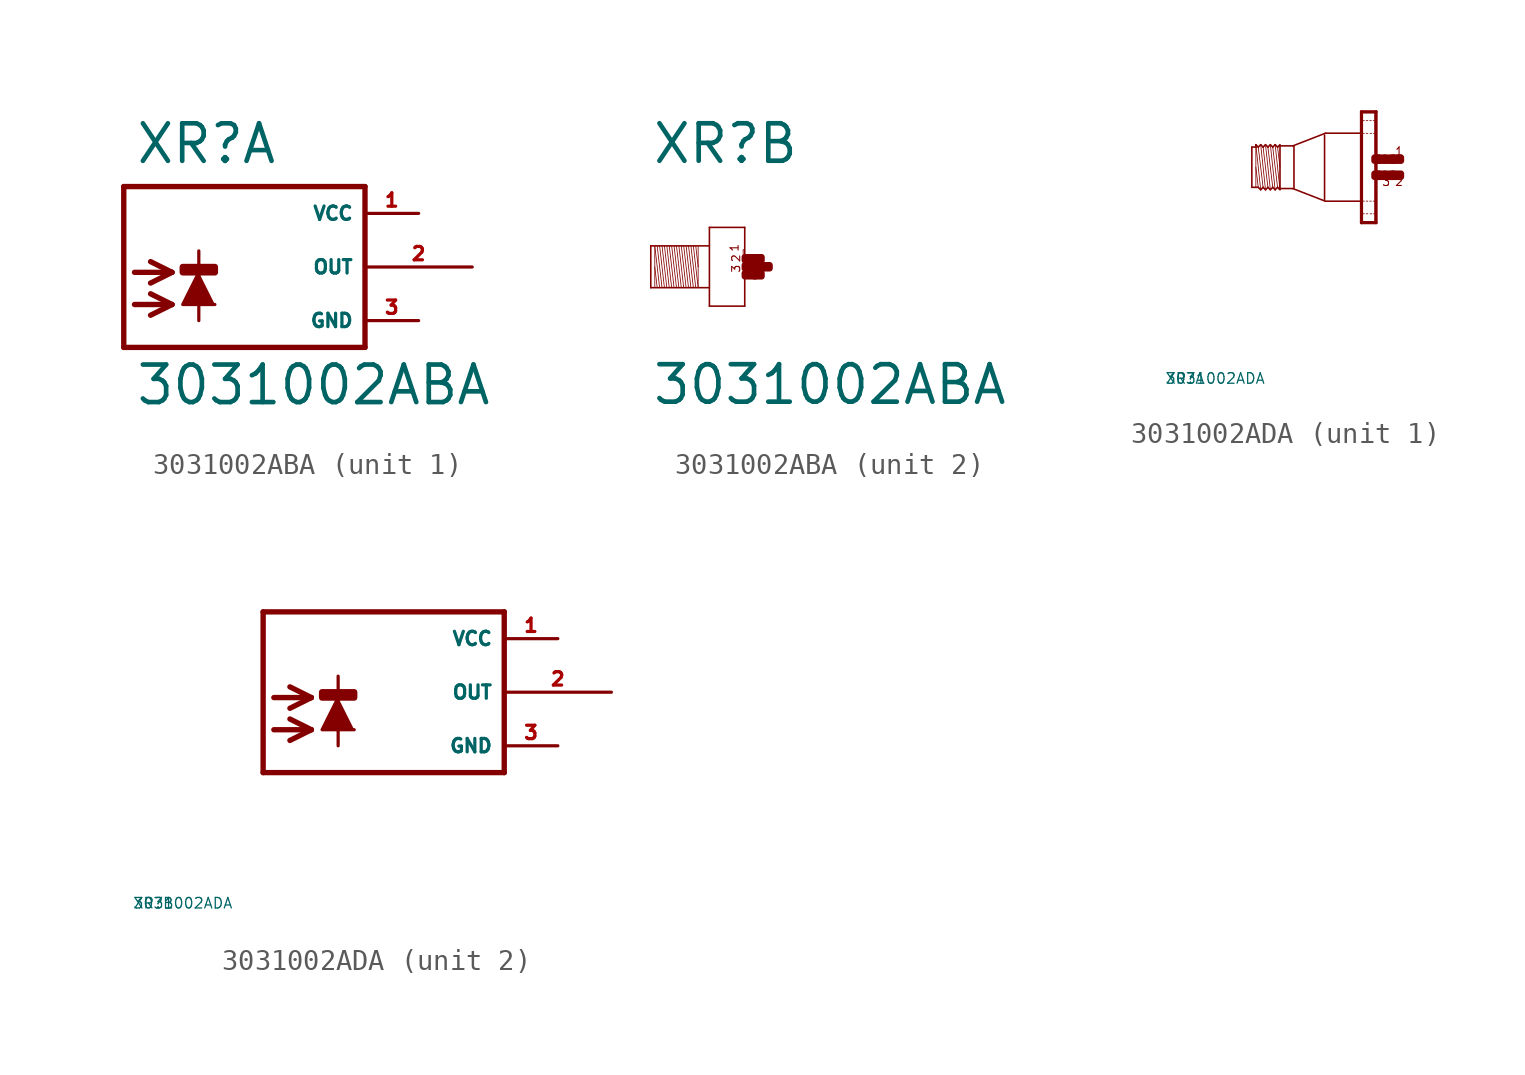
<source format=kicad_sym>
(kicad_symbol_lib
  (version 20220914)
  (generator Eagle2Kicad)
  (symbol "3031002ABA"
    (property "Reference" "XR"
      (at -3.302 4.801 0)
      (effects (font (size 1.778 1.778) (thickness 0.22)) (justify left bottom)))
    (property "Value" "3031002ABA"
      (at -3.302 -6.629 0)
      (effects (font (size 1.778 1.778) (thickness 0.22)) (justify left bottom)))
    (symbol "3031002ABA_1_0"
      (polyline (pts (xy -0.254 -0.254) (xy -1.016 -1.778) (xy 0.508 -1.778)) (stroke (width 0.152) (type default)) (fill (type outline)))
      (polyline (pts (xy -3.302 -0.254) (xy -1.524 -0.254)) (stroke (width 0.254) (type default)) (fill (type none)))
      (polyline (pts (xy -1.524 -0.254) (xy -2.54 -0.762)) (stroke (width 0.254) (type default)) (fill (type none)))
      (polyline (pts (xy -1.524 -0.254) (xy -2.54 0.254)) (stroke (width 0.254) (type default)) (fill (type none)))
      (polyline (pts (xy -3.302 -1.778) (xy -1.524 -1.778)) (stroke (width 0.254) (type default)) (fill (type none)))
      (polyline (pts (xy -1.524 -1.778) (xy -2.54 -2.286)) (stroke (width 0.254) (type default)) (fill (type none)))
      (polyline (pts (xy -1.524 -1.778) (xy -2.54 -1.27)) (stroke (width 0.254) (type default)) (fill (type none)))
      (polyline (pts (xy -0.254 0.762) (xy -0.254 -2.54)) (stroke (width 0.152) (type default)) (fill (type none)))
      (polyline (pts (xy 7.62 3.81) (xy -3.81 3.81)) (stroke (width 0.254) (type default)) (fill (type none)))
      (polyline (pts (xy -3.81 3.81) (xy -3.81 -3.81)) (stroke (width 0.254) (type default)) (fill (type none)))
      (polyline (pts (xy -3.81 -3.81) (xy 7.62 -3.81)) (stroke (width 0.254) (type default)) (fill (type none)))
      (polyline (pts (xy 7.62 -3.81) (xy 7.62 3.81)) (stroke (width 0.254) (type default)) (fill (type none)))
      (rectangle (start -1.016 -0.254) (end 0.508 0) (stroke (width 0.3) (type default)) (fill (type outline)))
      (pin unspecified line (at 10.16 2.54 180) (length 2.54) (name "VCC" (effects (font (size 0.635 0.635) (thickness 0.08)) (justify left bottom))) (number "1" (effects (font (size 0.635 0.635) (thickness 0.08)) (justify left bottom))))
      (pin unspecified line (at 10.16 -2.54 180) (length 2.54) (name "GND" (effects (font (size 0.635 0.635) (thickness 0.08)) (justify left bottom))) (number "3" (effects (font (size 0.635 0.635) (thickness 0.08)) (justify left bottom))))
      (pin output line (at 12.7 0 180) (length 5.08) (name "OUT" (effects (font (size 0.635 0.635) (thickness 0.08)) (justify left bottom))) (number "2" (effects (font (size 0.635 0.635) (thickness 0.08)) (justify left bottom)))))
    (symbol "3031002ABA_2_0"
      (polyline (pts (xy -1.067 0.953) (xy -1.067 0)) (stroke (width 0.038) (type default)) (fill (type none)))
      (polyline (pts (xy -1.067 0) (xy -1.067 -0.991)) (stroke (width 0.038) (type default)) (fill (type none)))
      (polyline (pts (xy -1.067 -0.991) (xy -1.295 0.991)) (stroke (width 0.038) (type default)) (fill (type none)))
      (polyline (pts (xy -1.181 0.991) (xy -1.067 0)) (stroke (width 0.038) (type default)) (fill (type none)))
      (polyline (pts (xy -1.181 -0.991) (xy -1.41 0.991)) (stroke (width 0.038) (type default)) (fill (type none)))
      (polyline (pts (xy -1.295 -0.991) (xy -1.524 0.991)) (stroke (width 0.038) (type default)) (fill (type none)))
      (polyline (pts (xy -1.41 -0.991) (xy -1.638 0.991)) (stroke (width 0.038) (type default)) (fill (type none)))
      (polyline (pts (xy -1.524 -0.991) (xy -1.753 0.991)) (stroke (width 0.038) (type default)) (fill (type none)))
      (polyline (pts (xy -1.638 -0.991) (xy -1.867 0.991)) (stroke (width 0.038) (type default)) (fill (type none)))
      (polyline (pts (xy -1.753 -0.991) (xy -1.981 0.991)) (stroke (width 0.038) (type default)) (fill (type none)))
      (polyline (pts (xy -1.867 -0.991) (xy -2.095 0.991)) (stroke (width 0.038) (type default)) (fill (type none)))
      (polyline (pts (xy -1.981 -0.991) (xy -2.21 0.991)) (stroke (width 0.038) (type default)) (fill (type none)))
      (polyline (pts (xy -2.095 -0.991) (xy -2.324 0.991)) (stroke (width 0.038) (type default)) (fill (type none)))
      (polyline (pts (xy -2.21 -0.991) (xy -2.438 0.991)) (stroke (width 0.038) (type default)) (fill (type none)))
      (polyline (pts (xy -2.324 -0.991) (xy -2.553 0.991)) (stroke (width 0.038) (type default)) (fill (type none)))
      (polyline (pts (xy -2.438 -0.991) (xy -2.667 0.991)) (stroke (width 0.038) (type default)) (fill (type none)))
      (polyline (pts (xy -2.553 -0.991) (xy -2.781 0.991)) (stroke (width 0.038) (type default)) (fill (type none)))
      (polyline (pts (xy -2.667 -0.991) (xy -2.896 0.991)) (stroke (width 0.038) (type default)) (fill (type none)))
      (polyline (pts (xy -2.781 -0.991) (xy -3.01 0.991)) (stroke (width 0.038) (type default)) (fill (type none)))
      (polyline (pts (xy -2.896 -0.991) (xy -3.124 0.991)) (stroke (width 0.038) (type default)) (fill (type none)))
      (polyline (pts (xy -3.124 0) (xy -3.01 -0.991)) (stroke (width 0.038) (type default)) (fill (type none)))
      (polyline (pts (xy -3.124 0.953) (xy -3.124 -0.953)) (stroke (width 0.038) (type default)) (fill (type none)))
      (polyline (pts (xy -3.315 -0.991) (xy -3.315 0.991)) (stroke (width 0.076) (type default)) (fill (type none)))
      (polyline (pts (xy -3.315 0.991) (xy -0.533 0.991)) (stroke (width 0.076) (type default)) (fill (type none)))
      (polyline (pts (xy -0.533 -0.991) (xy -3.315 -0.991)) (stroke (width 0.076) (type default)) (fill (type none)))
      (polyline (pts (xy -0.533 1.867) (xy -0.533 -1.867)) (stroke (width 0.076) (type default)) (fill (type none)))
      (polyline (pts (xy -0.533 -1.867) (xy 1.143 -1.867)) (stroke (width 0.076) (type default)) (fill (type none)))
      (polyline (pts (xy 1.143 -1.867) (xy 1.143 1.867)) (stroke (width 0.076) (type default)) (fill (type none)))
      (polyline (pts (xy 1.143 1.867) (xy -0.533 1.867)) (stroke (width 0.076) (type default)) (fill (type none)))
      (polyline (pts (xy 1.067 0.8) (xy 1.105 0.8)) (stroke (width 0.038) (type default)) (fill (type none)))
      (polyline (pts (xy 1.105 0.495) (xy 1.067 0.495)) (stroke (width 0.038) (type default)) (fill (type none)))
      (polyline (pts (xy 1.067 0.495) (xy 1.067 0.8)) (stroke (width 0.038) (type default)) (fill (type none)))
      (text "1" (at 0.876 0.686 1800) (effects (font (size 0.381 0.381) (thickness 0.05)) (justify left bottom)))
      (text "2" (at 0.953 0.191 1800) (effects (font (size 0.381 0.381) (thickness 0.05)) (justify left bottom)))
      (text "3" (at 0.953 -0.305 1800) (effects (font (size 0.381 0.381) (thickness 0.05)) (justify left bottom)))
      (rectangle (start 1.143 -0.457) (end 1.638 -0.305) (stroke (width 0.3) (type default)) (fill (type outline)))
      (rectangle (start 1.143 -0.076) (end 2.019 0.076) (stroke (width 0.3) (type default)) (fill (type outline)))
      (rectangle (start 1.6 -0.457) (end 1.943 -0.305) (stroke (width 0.3) (type default)) (fill (type outline)))
      (rectangle (start 1.981 -0.076) (end 2.324 0.076) (stroke (width 0.3) (type default)) (fill (type outline)))
      (rectangle (start 1.6 0.305) (end 1.943 0.457) (stroke (width 0.3) (type default)) (fill (type outline)))
      (rectangle (start 1.143 0.305) (end 1.638 0.457) (stroke (width 0.3) (type default)) (fill (type outline)))))
  (symbol "3031002ADA"
    (property "Reference" "XR"
      (at -10 -10 0)
      (effects (font (size 0.5 0.5) (thickness 0.06)) (justify left)))
    (property "Value" "3031002ADA"
      (at -10 -10 0)
      (effects (font (size 0.5 0.5) (thickness 0.06)) (justify left)))
    (symbol "3031002ADA_1_0"
      (polyline (pts (xy -4.548 -1.067) (xy -4.777 1.067)) (stroke (width 0.038) (type default)) (fill (type none)))
      (polyline (pts (xy -4.662 0.953) (xy -4.548 0)) (stroke (width 0.038) (type default)) (fill (type none)))
      (polyline (pts (xy -4.662 -0.953) (xy -4.891 0.953)) (stroke (width 0.038) (type default)) (fill (type none)))
      (polyline (pts (xy -4.777 -1.067) (xy -5.005 1.067)) (stroke (width 0.038) (type default)) (fill (type none)))
      (polyline (pts (xy -4.891 -0.953) (xy -5.12 0.953)) (stroke (width 0.038) (type default)) (fill (type none)))
      (polyline (pts (xy -5.005 -1.067) (xy -5.234 1.067)) (stroke (width 0.038) (type default)) (fill (type none)))
      (polyline (pts (xy -5.12 -0.953) (xy -5.348 0.953)) (stroke (width 0.038) (type default)) (fill (type none)))
      (polyline (pts (xy -5.234 -1.067) (xy -5.462 1.067)) (stroke (width 0.038) (type default)) (fill (type none)))
      (polyline (pts (xy -5.348 -0.953) (xy -5.577 0.953)) (stroke (width 0.038) (type default)) (fill (type none)))
      (polyline (pts (xy -5.462 -1.067) (xy -5.691 1.067)) (stroke (width 0.038) (type default)) (fill (type none)))
      (polyline (pts (xy -5.691 0) (xy -5.577 -0.953)) (stroke (width 0.038) (type default)) (fill (type none)))
      (polyline (pts (xy -5.691 1.029) (xy -5.691 0.953)) (stroke (width 0.038) (type default)) (fill (type none)))
      (polyline (pts (xy -5.691 0.953) (xy -5.691 -0.953)) (stroke (width 0.038) (type default)) (fill (type none)))
      (polyline (pts (xy -5.881 -0.953) (xy -5.881 0.953)) (stroke (width 0.076) (type default)) (fill (type none)))
      (polyline (pts (xy -5.881 0.953) (xy -5.691 0.953)) (stroke (width 0.076) (type default)) (fill (type none)))
      (polyline (pts (xy -5.691 0.953) (xy -5.691 1.067)) (stroke (width 0.076) (type default)) (fill (type none)))
      (polyline (pts (xy -5.691 1.067) (xy -5.577 0.953)) (stroke (width 0.076) (type default)) (fill (type none)))
      (polyline (pts (xy -5.577 0.953) (xy -5.462 1.067)) (stroke (width 0.076) (type default)) (fill (type none)))
      (polyline (pts (xy -5.462 1.067) (xy -5.348 0.953)) (stroke (width 0.076) (type default)) (fill (type none)))
      (polyline (pts (xy -5.348 0.953) (xy -5.234 1.067)) (stroke (width 0.076) (type default)) (fill (type none)))
      (polyline (pts (xy -5.234 1.067) (xy -5.12 0.953)) (stroke (width 0.076) (type default)) (fill (type none)))
      (polyline (pts (xy -5.12 0.953) (xy -5.005 1.067)) (stroke (width 0.076) (type default)) (fill (type none)))
      (polyline (pts (xy -4.777 1.067) (xy -4.662 0.953)) (stroke (width 0.076) (type default)) (fill (type none)))
      (polyline (pts (xy -4.662 0.953) (xy -4.548 1.067)) (stroke (width 0.076) (type default)) (fill (type none)))
      (polyline (pts (xy -4.548 -1.067) (xy -4.662 -0.953)) (stroke (width 0.076) (type default)) (fill (type none)))
      (polyline (pts (xy -4.662 -0.953) (xy -4.777 -1.067)) (stroke (width 0.076) (type default)) (fill (type none)))
      (polyline (pts (xy -4.777 -1.067) (xy -4.891 -0.953)) (stroke (width 0.076) (type default)) (fill (type none)))
      (polyline (pts (xy -4.891 -0.953) (xy -5.005 -1.067)) (stroke (width 0.076) (type default)) (fill (type none)))
      (polyline (pts (xy -5.005 -1.067) (xy -5.12 -0.953)) (stroke (width 0.076) (type default)) (fill (type none)))
      (polyline (pts (xy -5.12 -0.953) (xy -5.234 -1.067)) (stroke (width 0.076) (type default)) (fill (type none)))
      (polyline (pts (xy -5.234 -1.067) (xy -5.348 -0.953)) (stroke (width 0.076) (type default)) (fill (type none)))
      (polyline (pts (xy -5.348 -0.953) (xy -5.462 -1.067)) (stroke (width 0.076) (type default)) (fill (type none)))
      (polyline (pts (xy -5.462 -1.067) (xy -5.577 -0.953)) (stroke (width 0.076) (type default)) (fill (type none)))
      (polyline (pts (xy -5.577 -0.953) (xy -5.691 -0.953)) (stroke (width 0.076) (type default)) (fill (type none)))
      (polyline (pts (xy -5.691 -0.953) (xy -5.881 -0.953)) (stroke (width 0.076) (type default)) (fill (type none)))
      (polyline (pts (xy -4.548 1.029) (xy -4.548 1.01)) (stroke (width 0.076) (type default)) (fill (type none)))
      (polyline (pts (xy -4.548 1.01) (xy -4.548 -1.01)) (stroke (width 0.076) (type default)) (fill (type none)))
      (polyline (pts (xy -4.548 -1.01) (xy -4.548 -1.029)) (stroke (width 0.076) (type default)) (fill (type none)))
      (polyline (pts (xy -0.038 2.594) (xy -0.038 -2.594)) (stroke (width 0.076) (type default)) (fill (type none)))
      (polyline (pts (xy -0.038 -2.594) (xy -0.655 -2.594)) (stroke (width 0.076) (type default)) (fill (type none)))
      (polyline (pts (xy -0.655 -2.594) (xy -0.655 2.594)) (stroke (width 0.076) (type default)) (fill (type none)))
      (polyline (pts (xy -0.655 2.594) (xy -0.038 2.594)) (stroke (width 0.076) (type default)) (fill (type none)))
      (polyline (pts (xy -0.699 1.61) (xy -2.4 1.61)) (stroke (width 0.076) (type default)) (fill (type none)))
      (polyline (pts (xy -2.4 1.61) (xy -3.938 1.012)) (stroke (width 0.076) (type default)) (fill (type none)))
      (polyline (pts (xy -0.669 -1.61) (xy -2.4 -1.61)) (stroke (width 0.076) (type default)) (fill (type none)))
      (polyline (pts (xy -2.4 -1.61) (xy -3.938 -1.012)) (stroke (width 0.076) (type default)) (fill (type none)))
      (polyline (pts (xy -3.938 -1.01) (xy -4.548 -1.01)) (stroke (width 0.076) (type default)) (fill (type none)))
      (polyline (pts (xy -4.548 1.01) (xy -3.938 1.01)) (stroke (width 0.076) (type default)) (fill (type none)))
      (polyline (pts (xy -4.777 1.067) (xy -4.891 0.953)) (stroke (width 0.076) (type default)) (fill (type none)))
      (polyline (pts (xy -4.891 0.953) (xy -5.005 1.067)) (stroke (width 0.076) (type default)) (fill (type none)))
      (polyline (pts (xy 0 -2.625) (xy -0.69 -2.625)) (stroke (width 0) (type default)) (fill (type none)))
      (polyline (pts (xy 0 -2.625) (xy 0 2.625)) (stroke (width 0) (type default)) (fill (type none)))
      (polyline (pts (xy 0 2.625) (xy -0.69 2.625)) (stroke (width 0) (type default)) (fill (type none)))
      (polyline (pts (xy -0.69 2.625) (xy -0.69 -2.625)) (stroke (width 0) (type default)) (fill (type none)))
      (polyline (pts (xy -0.039 -1.605) (xy -0.135 -1.605)) (stroke (width 0.038) (type default)) (fill (type none)))
      (polyline (pts (xy -0.225 -1.605) (xy -0.3 -1.605)) (stroke (width 0.038) (type default)) (fill (type none)))
      (polyline (pts (xy -0.39 -1.605) (xy -0.465 -1.605)) (stroke (width 0.038) (type default)) (fill (type none)))
      (polyline (pts (xy -0.555 -1.605) (xy -0.633 -1.605)) (stroke (width 0.038) (type default)) (fill (type none)))
      (polyline (pts (xy -0.039 -2.205) (xy -0.12 -2.205)) (stroke (width 0.038) (type default)) (fill (type none)))
      (polyline (pts (xy -0.21 -2.205) (xy -0.285 -2.205)) (stroke (width 0.038) (type default)) (fill (type none)))
      (polyline (pts (xy -0.39 -2.205) (xy -0.465 -2.205)) (stroke (width 0.038) (type default)) (fill (type none)))
      (polyline (pts (xy -0.555 -2.205) (xy -0.633 -2.205)) (stroke (width 0.038) (type default)) (fill (type none)))
      (polyline (pts (xy -0.039 2.205) (xy -0.135 2.205)) (stroke (width 0.038) (type default)) (fill (type none)))
      (polyline (pts (xy -0.225 2.205) (xy -0.3 2.205)) (stroke (width 0.038) (type default)) (fill (type none)))
      (polyline (pts (xy -0.39 2.205) (xy -0.465 2.205)) (stroke (width 0.038) (type default)) (fill (type none)))
      (polyline (pts (xy -0.555 2.205) (xy -0.633 2.205)) (stroke (width 0.038) (type default)) (fill (type none)))
      (polyline (pts (xy -0.039 1.605) (xy -0.12 1.605)) (stroke (width 0.038) (type default)) (fill (type none)))
      (polyline (pts (xy -0.21 1.605) (xy -0.285 1.605)) (stroke (width 0.038) (type default)) (fill (type none)))
      (polyline (pts (xy -0.39 1.605) (xy -0.465 1.605)) (stroke (width 0.038) (type default)) (fill (type none)))
      (polyline (pts (xy -0.555 1.605) (xy -0.633 1.605)) (stroke (width 0.038) (type default)) (fill (type none)))
      (polyline (pts (xy -3.886 0.991) (xy -3.886 -0.991)) (stroke (width 0.076) (type default)) (fill (type none)))
      (polyline (pts (xy -2.438 1.524) (xy -2.438 -1.524)) (stroke (width 0.076) (type default)) (fill (type none)))
      (text "1" (at 0.876 0.533 0) (effects (font (size 0.381 0.381) (thickness 0.05)) (justify left bottom)))
      (text "3" (at 0.267 -0.914 0) (effects (font (size 0.381 0.381) (thickness 0.05)) (justify left bottom)))
      (text "2" (at 0.876 -0.914 0) (effects (font (size 0.381 0.381) (thickness 0.05)) (justify left bottom)))
      (rectangle (start 0.838 -0.457) (end 1.181 -0.305) (stroke (width 0.3) (type default)) (fill (type outline)))
      (rectangle (start 0.419 -0.457) (end 0.762 -0.305) (stroke (width 0.3) (type default)) (fill (type outline)))
      (rectangle (start 0.076 -0.457) (end 0.419 -0.305) (stroke (width 0.3) (type default)) (fill (type outline)))
      (rectangle (start -0.076 -0.457) (end 0.152 -0.305) (stroke (width 0.3) (type default)) (fill (type outline)))
      (rectangle (start 0.762 -0.457) (end 0.838 -0.305) (stroke (width 0.3) (type default)) (fill (type outline)))
      (rectangle (start 0.838 0.305) (end 1.181 0.457) (stroke (width 0.3) (type default)) (fill (type outline)))
      (rectangle (start 0.762 0.305) (end 0.838 0.457) (stroke (width 0.3) (type default)) (fill (type outline)))
      (rectangle (start 0.419 0.305) (end 0.762 0.457) (stroke (width 0.3) (type default)) (fill (type outline)))
      (rectangle (start 0.076 0.305) (end 0.419 0.457) (stroke (width 0.3) (type default)) (fill (type outline)))
      (rectangle (start -0.076 0.305) (end 0.152 0.457) (stroke (width 0.3) (type default)) (fill (type outline))))
    (symbol "3031002ADA_2_0"
      (polyline (pts (xy -0.254 -0.254) (xy -1.016 -1.778) (xy 0.508 -1.778)) (stroke (width 0.152) (type default)) (fill (type outline)))
      (polyline (pts (xy -3.302 -0.254) (xy -1.524 -0.254)) (stroke (width 0.254) (type default)) (fill (type none)))
      (polyline (pts (xy -1.524 -0.254) (xy -2.54 -0.762)) (stroke (width 0.254) (type default)) (fill (type none)))
      (polyline (pts (xy -1.524 -0.254) (xy -2.54 0.254)) (stroke (width 0.254) (type default)) (fill (type none)))
      (polyline (pts (xy -3.302 -1.778) (xy -1.524 -1.778)) (stroke (width 0.254) (type default)) (fill (type none)))
      (polyline (pts (xy -1.524 -1.778) (xy -2.54 -2.286)) (stroke (width 0.254) (type default)) (fill (type none)))
      (polyline (pts (xy -1.524 -1.778) (xy -2.54 -1.27)) (stroke (width 0.254) (type default)) (fill (type none)))
      (polyline (pts (xy -0.254 0.762) (xy -0.254 -2.54)) (stroke (width 0.152) (type default)) (fill (type none)))
      (polyline (pts (xy 7.62 3.81) (xy -3.81 3.81)) (stroke (width 0.254) (type default)) (fill (type none)))
      (polyline (pts (xy -3.81 3.81) (xy -3.81 -3.81)) (stroke (width 0.254) (type default)) (fill (type none)))
      (polyline (pts (xy -3.81 -3.81) (xy 7.62 -3.81)) (stroke (width 0.254) (type default)) (fill (type none)))
      (polyline (pts (xy 7.62 -3.81) (xy 7.62 3.81)) (stroke (width 0.254) (type default)) (fill (type none)))
      (rectangle (start -1.016 -0.254) (end 0.508 0) (stroke (width 0.3) (type default)) (fill (type outline)))
      (pin unspecified line (at 10.16 2.54 180) (length 2.54) (name "VCC" (effects (font (size 0.635 0.635) (thickness 0.08)) (justify left bottom))) (number "1" (effects (font (size 0.635 0.635) (thickness 0.08)) (justify left bottom))))
      (pin unspecified line (at 10.16 -2.54 180) (length 2.54) (name "GND" (effects (font (size 0.635 0.635) (thickness 0.08)) (justify left bottom))) (number "3" (effects (font (size 0.635 0.635) (thickness 0.08)) (justify left bottom))))
      (pin output line (at 12.7 0 180) (length 5.08) (name "OUT" (effects (font (size 0.635 0.635) (thickness 0.08)) (justify left bottom))) (number "2" (effects (font (size 0.635 0.635) (thickness 0.08)) (justify left bottom)))))))
</source>
